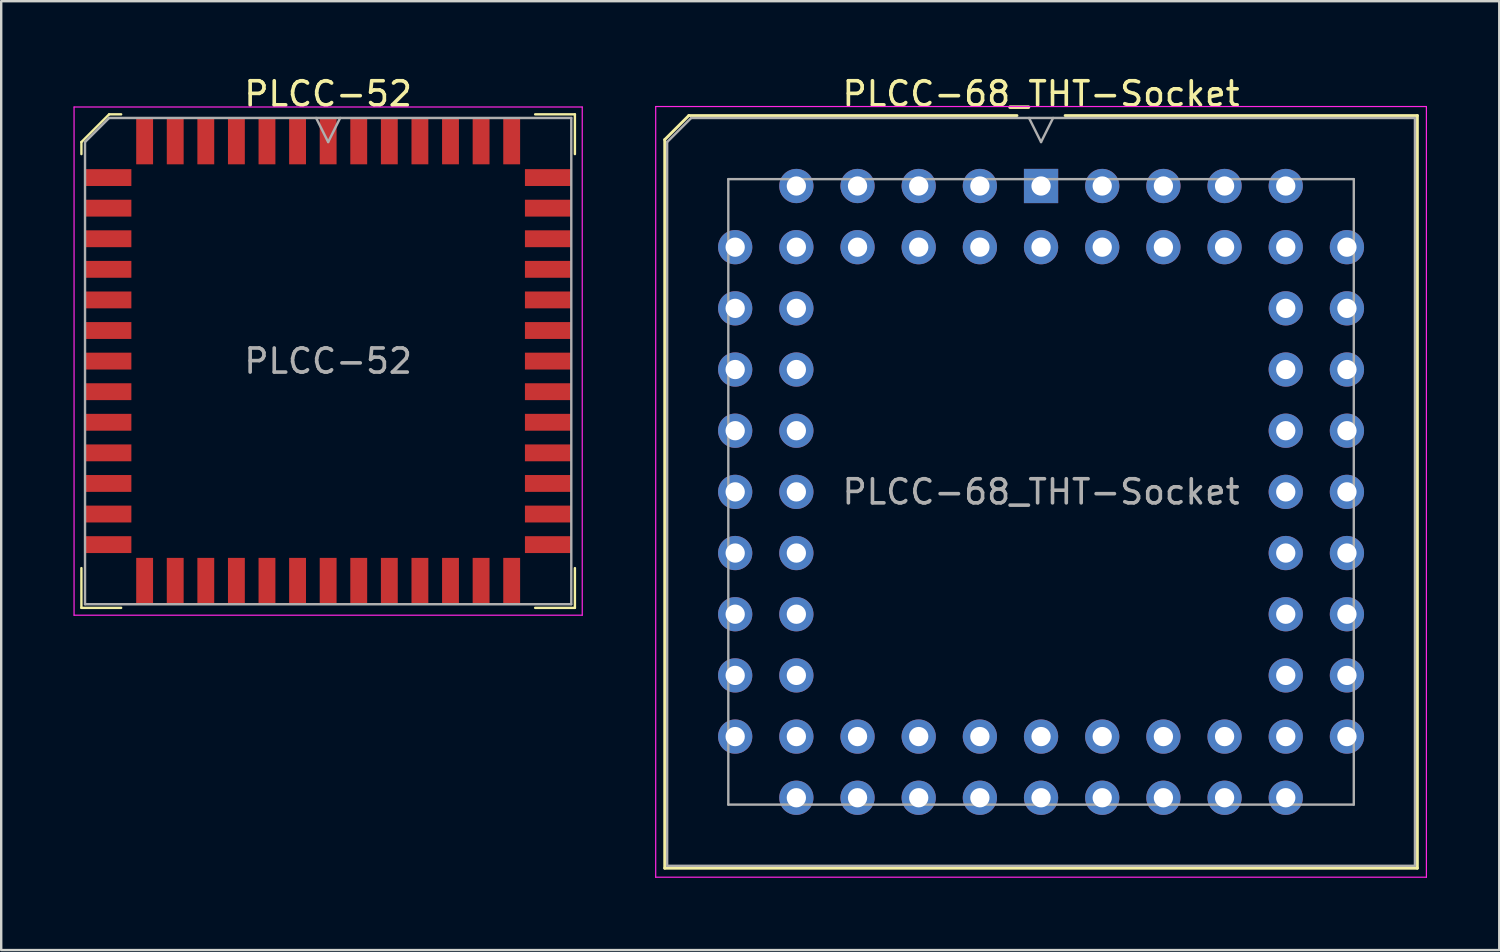
<source format=kicad_pcb>
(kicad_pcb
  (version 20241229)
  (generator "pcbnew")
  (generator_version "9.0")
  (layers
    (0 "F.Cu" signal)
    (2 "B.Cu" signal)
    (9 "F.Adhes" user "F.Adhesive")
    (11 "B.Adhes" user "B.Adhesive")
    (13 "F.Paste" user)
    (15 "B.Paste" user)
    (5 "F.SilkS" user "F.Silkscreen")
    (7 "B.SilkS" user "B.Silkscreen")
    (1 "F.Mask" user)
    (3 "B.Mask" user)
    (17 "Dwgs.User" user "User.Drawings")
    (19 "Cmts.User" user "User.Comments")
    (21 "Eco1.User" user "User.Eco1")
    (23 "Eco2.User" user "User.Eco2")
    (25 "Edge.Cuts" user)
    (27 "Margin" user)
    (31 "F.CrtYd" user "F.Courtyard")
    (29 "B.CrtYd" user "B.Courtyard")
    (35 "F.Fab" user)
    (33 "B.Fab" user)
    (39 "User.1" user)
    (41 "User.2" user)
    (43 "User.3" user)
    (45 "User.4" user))
  (footprint "PLCC-68_THT-Socket"
    (layer "F.Cu")
    (at 40.175 4.673)
    (property "Reference" "PLCC-68_THT-Socket" (at 0 -3.825 0) (layer "F.SilkS") (effects (font (size 1 1) (thickness 0.15))))
    (attr through_hole)
    (fp_line (start -15.625 -1.925) (end -15.625 28.325) (stroke (width 0.12) (type solid)) (layer "F.SilkS"))
    (fp_line (start -15.625 28.325) (end 15.625 28.325) (stroke (width 0.12) (type solid)) (layer "F.SilkS"))
    (fp_line (start -14.625 -2.925) (end -15.625 -1.925) (stroke (width 0.12) (type solid)) (layer "F.SilkS"))
    (fp_line (start -1 -2.925) (end -14.625 -2.925) (stroke (width 0.12) (type solid)) (layer "F.SilkS"))
    (fp_line (start 15.625 -2.925) (end 1 -2.925) (stroke (width 0.12) (type solid)) (layer "F.SilkS"))
    (fp_line (start 15.625 28.325) (end 15.625 -2.925) (stroke (width 0.12) (type solid)) (layer "F.SilkS"))
    (fp_line (start -16 -3.3) (end -16 28.7) (stroke (width 0.05) (type solid)) (layer "F.CrtYd"))
    (fp_line (start -16 28.7) (end 16 28.7) (stroke (width 0.05) (type solid)) (layer "F.CrtYd"))
    (fp_line (start 16 -3.3) (end -16 -3.3) (stroke (width 0.05) (type solid)) (layer "F.CrtYd"))
    (fp_line (start 16 28.7) (end 16 -3.3) (stroke (width 0.05) (type solid)) (layer "F.CrtYd"))
    (fp_line (start -15.525 -1.825) (end -15.525 28.225) (stroke (width 0.1) (type solid)) (layer "F.Fab"))
    (fp_line (start -15.525 28.225) (end 15.525 28.225) (stroke (width 0.1) (type solid)) (layer "F.Fab"))
    (fp_line (start -14.525 -2.825) (end -15.525 -1.825) (stroke (width 0.1) (type solid)) (layer "F.Fab"))
    (fp_line (start -12.985 -0.285) (end -12.985 25.685) (stroke (width 0.1) (type solid)) (layer "F.Fab"))
    (fp_line (start -12.985 25.685) (end 12.985 25.685) (stroke (width 0.1) (type solid)) (layer "F.Fab"))
    (fp_line (start -0.5 -2.825) (end 0 -1.825) (stroke (width 0.1) (type solid)) (layer "F.Fab"))
    (fp_line (start 0 -1.825) (end 0.5 -2.825) (stroke (width 0.1) (type solid)) (layer "F.Fab"))
    (fp_line (start 12.985 -0.285) (end -12.985 -0.285) (stroke (width 0.1) (type solid)) (layer "F.Fab"))
    (fp_line (start 12.985 25.685) (end 12.985 -0.285) (stroke (width 0.1) (type solid)) (layer "F.Fab"))
    (fp_line (start 15.525 -2.825) (end -14.525 -2.825) (stroke (width 0.1) (type solid)) (layer "F.Fab"))
    (fp_line (start 15.525 28.225) (end 15.525 -2.825) (stroke (width 0.1) (type solid)) (layer "F.Fab"))
    (fp_text user "${REFERENCE}" (at 0 12.7 0) (layer "F.Fab") (effects (font (size 1 1) (thickness 0.15))))
    (pad "1" thru_hole rect (at 0 0) (size 1.422 1.422) (drill 0.8) (layers "*.Cu" "*.Mask"))
    (pad "2" thru_hole circle (at 0 2.54) (size 1.422 1.422) (drill 0.8) (layers "*.Cu" "*.Mask"))
    (pad "3" thru_hole circle (at -2.54 0) (size 1.422 1.422) (drill 0.8) (layers "*.Cu" "*.Mask"))
    (pad "4" thru_hole circle (at -2.54 2.54) (size 1.422 1.422) (drill 0.8) (layers "*.Cu" "*.Mask"))
    (pad "5" thru_hole circle (at -5.08 0) (size 1.422 1.422) (drill 0.8) (layers "*.Cu" "*.Mask"))
    (pad "6" thru_hole circle (at -5.08 2.54) (size 1.422 1.422) (drill 0.8) (layers "*.Cu" "*.Mask"))
    (pad "7" thru_hole circle (at -7.62 0) (size 1.422 1.422) (drill 0.8) (layers "*.Cu" "*.Mask"))
    (pad "8" thru_hole circle (at -7.62 2.54) (size 1.422 1.422) (drill 0.8) (layers "*.Cu" "*.Mask"))
    (pad "9" thru_hole circle (at -10.16 0) (size 1.422 1.422) (drill 0.8) (layers "*.Cu" "*.Mask"))
    (pad "10" thru_hole circle (at -12.7 2.54) (size 1.422 1.422) (drill 0.8) (layers "*.Cu" "*.Mask"))
    (pad "11" thru_hole circle (at -10.16 2.54) (size 1.422 1.422) (drill 0.8) (layers "*.Cu" "*.Mask"))
    (pad "12" thru_hole circle (at -12.7 5.08) (size 1.422 1.422) (drill 0.8) (layers "*.Cu" "*.Mask"))
    (pad "13" thru_hole circle (at -10.16 5.08) (size 1.422 1.422) (drill 0.8) (layers "*.Cu" "*.Mask"))
    (pad "14" thru_hole circle (at -12.7 7.62) (size 1.422 1.422) (drill 0.8) (layers "*.Cu" "*.Mask"))
    (pad "15" thru_hole circle (at -10.16 7.62) (size 1.422 1.422) (drill 0.8) (layers "*.Cu" "*.Mask"))
    (pad "16" thru_hole circle (at -12.7 10.16) (size 1.422 1.422) (drill 0.8) (layers "*.Cu" "*.Mask"))
    (pad "17" thru_hole circle (at -10.16 10.16) (size 1.422 1.422) (drill 0.8) (layers "*.Cu" "*.Mask"))
    (pad "18" thru_hole circle (at -12.7 12.7) (size 1.422 1.422) (drill 0.8) (layers "*.Cu" "*.Mask"))
    (pad "19" thru_hole circle (at -10.16 12.7) (size 1.422 1.422) (drill 0.8) (layers "*.Cu" "*.Mask"))
    (pad "20" thru_hole circle (at -12.7 15.24) (size 1.422 1.422) (drill 0.8) (layers "*.Cu" "*.Mask"))
    (pad "21" thru_hole circle (at -10.16 15.24) (size 1.422 1.422) (drill 0.8) (layers "*.Cu" "*.Mask"))
    (pad "22" thru_hole circle (at -12.7 17.78) (size 1.422 1.422) (drill 0.8) (layers "*.Cu" "*.Mask"))
    (pad "23" thru_hole circle (at -10.16 17.78) (size 1.422 1.422) (drill 0.8) (layers "*.Cu" "*.Mask"))
    (pad "24" thru_hole circle (at -12.7 20.32) (size 1.422 1.422) (drill 0.8) (layers "*.Cu" "*.Mask"))
    (pad "25" thru_hole circle (at -10.16 20.32) (size 1.422 1.422) (drill 0.8) (layers "*.Cu" "*.Mask"))
    (pad "26" thru_hole circle (at -12.7 22.86) (size 1.422 1.422) (drill 0.8) (layers "*.Cu" "*.Mask"))
    (pad "27" thru_hole circle (at -10.16 25.4) (size 1.422 1.422) (drill 0.8) (layers "*.Cu" "*.Mask"))
    (pad "28" thru_hole circle (at -10.16 22.86) (size 1.422 1.422) (drill 0.8) (layers "*.Cu" "*.Mask"))
    (pad "29" thru_hole circle (at -7.62 25.4) (size 1.422 1.422) (drill 0.8) (layers "*.Cu" "*.Mask"))
    (pad "30" thru_hole circle (at -7.62 22.86) (size 1.422 1.422) (drill 0.8) (layers "*.Cu" "*.Mask"))
    (pad "31" thru_hole circle (at -5.08 25.4) (size 1.422 1.422) (drill 0.8) (layers "*.Cu" "*.Mask"))
    (pad "32" thru_hole circle (at -5.08 22.86) (size 1.422 1.422) (drill 0.8) (layers "*.Cu" "*.Mask"))
    (pad "33" thru_hole circle (at -2.54 25.4) (size 1.422 1.422) (drill 0.8) (layers "*.Cu" "*.Mask"))
    (pad "34" thru_hole circle (at -2.54 22.86) (size 1.422 1.422) (drill 0.8) (layers "*.Cu" "*.Mask"))
    (pad "35" thru_hole circle (at 0 25.4) (size 1.422 1.422) (drill 0.8) (layers "*.Cu" "*.Mask"))
    (pad "36" thru_hole circle (at 0 22.86) (size 1.422 1.422) (drill 0.8) (layers "*.Cu" "*.Mask"))
    (pad "37" thru_hole circle (at 2.54 25.4) (size 1.422 1.422) (drill 0.8) (layers "*.Cu" "*.Mask"))
    (pad "38" thru_hole circle (at 2.54 22.86) (size 1.422 1.422) (drill 0.8) (layers "*.Cu" "*.Mask"))
    (pad "39" thru_hole circle (at 5.08 25.4) (size 1.422 1.422) (drill 0.8) (layers "*.Cu" "*.Mask"))
    (pad "40" thru_hole circle (at 5.08 22.86) (size 1.422 1.422) (drill 0.8) (layers "*.Cu" "*.Mask"))
    (pad "41" thru_hole circle (at 7.62 25.4) (size 1.422 1.422) (drill 0.8) (layers "*.Cu" "*.Mask"))
    (pad "42" thru_hole circle (at 7.62 22.86) (size 1.422 1.422) (drill 0.8) (layers "*.Cu" "*.Mask"))
    (pad "43" thru_hole circle (at 10.16 25.4) (size 1.422 1.422) (drill 0.8) (layers "*.Cu" "*.Mask"))
    (pad "44" thru_hole circle (at 12.7 22.86) (size 1.422 1.422) (drill 0.8) (layers "*.Cu" "*.Mask"))
    (pad "45" thru_hole circle (at 10.16 22.86) (size 1.422 1.422) (drill 0.8) (layers "*.Cu" "*.Mask"))
    (pad "46" thru_hole circle (at 12.7 20.32) (size 1.422 1.422) (drill 0.8) (layers "*.Cu" "*.Mask"))
    (pad "47" thru_hole circle (at 10.16 20.32) (size 1.422 1.422) (drill 0.8) (layers "*.Cu" "*.Mask"))
    (pad "48" thru_hole circle (at 12.7 17.78) (size 1.422 1.422) (drill 0.8) (layers "*.Cu" "*.Mask"))
    (pad "49" thru_hole circle (at 10.16 17.78) (size 1.422 1.422) (drill 0.8) (layers "*.Cu" "*.Mask"))
    (pad "50" thru_hole circle (at 12.7 15.24) (size 1.422 1.422) (drill 0.8) (layers "*.Cu" "*.Mask"))
    (pad "51" thru_hole circle (at 10.16 15.24) (size 1.422 1.422) (drill 0.8) (layers "*.Cu" "*.Mask"))
    (pad "52" thru_hole circle (at 12.7 12.7) (size 1.422 1.422) (drill 0.8) (layers "*.Cu" "*.Mask"))
    (pad "53" thru_hole circle (at 10.16 12.7) (size 1.422 1.422) (drill 0.8) (layers "*.Cu" "*.Mask"))
    (pad "54" thru_hole circle (at 12.7 10.16) (size 1.422 1.422) (drill 0.8) (layers "*.Cu" "*.Mask"))
    (pad "55" thru_hole circle (at 10.16 10.16) (size 1.422 1.422) (drill 0.8) (layers "*.Cu" "*.Mask"))
    (pad "56" thru_hole circle (at 12.7 7.62) (size 1.422 1.422) (drill 0.8) (layers "*.Cu" "*.Mask"))
    (pad "57" thru_hole circle (at 10.16 7.62) (size 1.422 1.422) (drill 0.8) (layers "*.Cu" "*.Mask"))
    (pad "58" thru_hole circle (at 12.7 5.08) (size 1.422 1.422) (drill 0.8) (layers "*.Cu" "*.Mask"))
    (pad "59" thru_hole circle (at 10.16 5.08) (size 1.422 1.422) (drill 0.8) (layers "*.Cu" "*.Mask"))
    (pad "60" thru_hole circle (at 12.7 2.54) (size 1.422 1.422) (drill 0.8) (layers "*.Cu" "*.Mask"))
    (pad "61" thru_hole circle (at 10.16 0) (size 1.422 1.422) (drill 0.8) (layers "*.Cu" "*.Mask"))
    (pad "62" thru_hole circle (at 10.16 2.54) (size 1.422 1.422) (drill 0.8) (layers "*.Cu" "*.Mask"))
    (pad "63" thru_hole circle (at 7.62 0) (size 1.422 1.422) (drill 0.8) (layers "*.Cu" "*.Mask"))
    (pad "64" thru_hole circle (at 7.62 2.54) (size 1.422 1.422) (drill 0.8) (layers "*.Cu" "*.Mask"))
    (pad "65" thru_hole circle (at 5.08 0) (size 1.422 1.422) (drill 0.8) (layers "*.Cu" "*.Mask"))
    (pad "66" thru_hole circle (at 5.08 2.54) (size 1.422 1.422) (drill 0.8) (layers "*.Cu" "*.Mask"))
    (pad "67" thru_hole circle (at 2.54 0) (size 1.422 1.422) (drill 0.8) (layers "*.Cu" "*.Mask"))
    (pad "68" thru_hole circle (at 2.54 2.54) (size 1.422 1.422) (drill 0.8) (layers "*.Cu" "*.Mask")))
  (footprint "PLCC-52"
    (layer "F.Cu")
    (at 10.575 11.943)
    (property "Reference" "PLCC-52" (at 0 -11.095 0) (layer "F.SilkS") (effects (font (size 1 1) (thickness 0.15))))
    (attr smd)
    (fp_line (start -10.245 -9.095) (end -10.245 -8.595) (stroke (width 0.1) (type solid)) (layer "F.SilkS"))
    (fp_line (start -10.245 10.245) (end -10.245 8.595) (stroke (width 0.1) (type solid)) (layer "F.SilkS"))
    (fp_line (start -9.095 -10.245) (end -10.245 -9.095) (stroke (width 0.1) (type solid)) (layer "F.SilkS"))
    (fp_line (start -8.595 -10.245) (end -9.095 -10.245) (stroke (width 0.1) (type solid)) (layer "F.SilkS"))
    (fp_line (start -8.595 10.245) (end -10.245 10.245) (stroke (width 0.1) (type solid)) (layer "F.SilkS"))
    (fp_line (start 8.595 -10.245) (end 10.245 -10.245) (stroke (width 0.1) (type solid)) (layer "F.SilkS"))
    (fp_line (start 8.595 10.245) (end 10.245 10.245) (stroke (width 0.1) (type solid)) (layer "F.SilkS"))
    (fp_line (start 10.245 -10.245) (end 10.245 -8.595) (stroke (width 0.1) (type solid)) (layer "F.SilkS"))
    (fp_line (start 10.245 10.245) (end 10.245 8.595) (stroke (width 0.1) (type solid)) (layer "F.SilkS"))
    (fp_line (start -10.55 -10.55) (end -10.55 10.55) (stroke (width 0.05) (type solid)) (layer "F.CrtYd"))
    (fp_line (start -10.55 10.55) (end 10.55 10.55) (stroke (width 0.05) (type solid)) (layer "F.CrtYd"))
    (fp_line (start 10.55 -10.55) (end -10.55 -10.55) (stroke (width 0.05) (type solid)) (layer "F.CrtYd"))
    (fp_line (start 10.55 10.55) (end 10.55 -10.55) (stroke (width 0.05) (type solid)) (layer "F.CrtYd"))
    (fp_line (start -10.095 -9.095) (end -10.095 10.095) (stroke (width 0.1) (type solid)) (layer "F.Fab"))
    (fp_line (start -10.095 10.095) (end 10.095 10.095) (stroke (width 0.1) (type solid)) (layer "F.Fab"))
    (fp_line (start -9.095 -10.095) (end -10.095 -9.095) (stroke (width 0.1) (type solid)) (layer "F.Fab"))
    (fp_line (start -0.5 -10.095) (end 0 -9.095) (stroke (width 0.1) (type solid)) (layer "F.Fab"))
    (fp_line (start 0 -9.095) (end 0.5 -10.095) (stroke (width 0.1) (type solid)) (layer "F.Fab"))
    (fp_line (start 10.095 -10.095) (end -9.095 -10.095) (stroke (width 0.1) (type solid)) (layer "F.Fab"))
    (fp_line (start 10.095 10.095) (end 10.095 -10.095) (stroke (width 0.1) (type solid)) (layer "F.Fab"))
    (fp_text user "${REFERENCE}" (at 0 0 0) (layer "F.Fab") (effects (font (size 1 1) (thickness 0.15))))
    (pad "1" smd rect (at 0 -9.133) (size 0.7 1.925) (layers "F.Cu" "F.Mask" "F.Paste"))
    (pad "2" smd rect (at -1.27 -9.133) (size 0.7 1.925) (layers "F.Cu" "F.Mask" "F.Paste"))
    (pad "3" smd rect (at -2.54 -9.133) (size 0.7 1.925) (layers "F.Cu" "F.Mask" "F.Paste"))
    (pad "4" smd rect (at -3.81 -9.133) (size 0.7 1.925) (layers "F.Cu" "F.Mask" "F.Paste"))
    (pad "5" smd rect (at -5.08 -9.133) (size 0.7 1.925) (layers "F.Cu" "F.Mask" "F.Paste"))
    (pad "6" smd rect (at -6.35 -9.133) (size 0.7 1.925) (layers "F.Cu" "F.Mask" "F.Paste"))
    (pad "7" smd rect (at -7.62 -9.133) (size 0.7 1.925) (layers "F.Cu" "F.Mask" "F.Paste"))
    (pad "8" smd rect (at -9.133 -7.62) (size 1.925 0.7) (layers "F.Cu" "F.Mask" "F.Paste"))
    (pad "9" smd rect (at -9.133 -6.35) (size 1.925 0.7) (layers "F.Cu" "F.Mask" "F.Paste"))
    (pad "10" smd rect (at -9.133 -5.08) (size 1.925 0.7) (layers "F.Cu" "F.Mask" "F.Paste"))
    (pad "11" smd rect (at -9.133 -3.81) (size 1.925 0.7) (layers "F.Cu" "F.Mask" "F.Paste"))
    (pad "12" smd rect (at -9.133 -2.54) (size 1.925 0.7) (layers "F.Cu" "F.Mask" "F.Paste"))
    (pad "13" smd rect (at -9.133 -1.27) (size 1.925 0.7) (layers "F.Cu" "F.Mask" "F.Paste"))
    (pad "14" smd rect (at -9.133 0) (size 1.925 0.7) (layers "F.Cu" "F.Mask" "F.Paste"))
    (pad "15" smd rect (at -9.133 1.27) (size 1.925 0.7) (layers "F.Cu" "F.Mask" "F.Paste"))
    (pad "16" smd rect (at -9.133 2.54) (size 1.925 0.7) (layers "F.Cu" "F.Mask" "F.Paste"))
    (pad "17" smd rect (at -9.133 3.81) (size 1.925 0.7) (layers "F.Cu" "F.Mask" "F.Paste"))
    (pad "18" smd rect (at -9.133 5.08) (size 1.925 0.7) (layers "F.Cu" "F.Mask" "F.Paste"))
    (pad "19" smd rect (at -9.133 6.35) (size 1.925 0.7) (layers "F.Cu" "F.Mask" "F.Paste"))
    (pad "20" smd rect (at -9.133 7.62) (size 1.925 0.7) (layers "F.Cu" "F.Mask" "F.Paste"))
    (pad "21" smd rect (at -7.62 9.133) (size 0.7 1.925) (layers "F.Cu" "F.Mask" "F.Paste"))
    (pad "22" smd rect (at -6.35 9.133) (size 0.7 1.925) (layers "F.Cu" "F.Mask" "F.Paste"))
    (pad "23" smd rect (at -5.08 9.133) (size 0.7 1.925) (layers "F.Cu" "F.Mask" "F.Paste"))
    (pad "24" smd rect (at -3.81 9.133) (size 0.7 1.925) (layers "F.Cu" "F.Mask" "F.Paste"))
    (pad "25" smd rect (at -2.54 9.133) (size 0.7 1.925) (layers "F.Cu" "F.Mask" "F.Paste"))
    (pad "26" smd rect (at -1.27 9.133) (size 0.7 1.925) (layers "F.Cu" "F.Mask" "F.Paste"))
    (pad "27" smd rect (at 0 9.133) (size 0.7 1.925) (layers "F.Cu" "F.Mask" "F.Paste"))
    (pad "28" smd rect (at 1.27 9.133) (size 0.7 1.925) (layers "F.Cu" "F.Mask" "F.Paste"))
    (pad "29" smd rect (at 2.54 9.133) (size 0.7 1.925) (layers "F.Cu" "F.Mask" "F.Paste"))
    (pad "30" smd rect (at 3.81 9.133) (size 0.7 1.925) (layers "F.Cu" "F.Mask" "F.Paste"))
    (pad "31" smd rect (at 5.08 9.133) (size 0.7 1.925) (layers "F.Cu" "F.Mask" "F.Paste"))
    (pad "32" smd rect (at 6.35 9.133) (size 0.7 1.925) (layers "F.Cu" "F.Mask" "F.Paste"))
    (pad "33" smd rect (at 7.62 9.133) (size 0.7 1.925) (layers "F.Cu" "F.Mask" "F.Paste"))
    (pad "34" smd rect (at 9.133 7.62) (size 1.925 0.7) (layers "F.Cu" "F.Mask" "F.Paste"))
    (pad "35" smd rect (at 9.133 6.35) (size 1.925 0.7) (layers "F.Cu" "F.Mask" "F.Paste"))
    (pad "36" smd rect (at 9.133 5.08) (size 1.925 0.7) (layers "F.Cu" "F.Mask" "F.Paste"))
    (pad "37" smd rect (at 9.133 3.81) (size 1.925 0.7) (layers "F.Cu" "F.Mask" "F.Paste"))
    (pad "38" smd rect (at 9.133 2.54) (size 1.925 0.7) (layers "F.Cu" "F.Mask" "F.Paste"))
    (pad "39" smd rect (at 9.133 1.27) (size 1.925 0.7) (layers "F.Cu" "F.Mask" "F.Paste"))
    (pad "40" smd rect (at 9.133 0) (size 1.925 0.7) (layers "F.Cu" "F.Mask" "F.Paste"))
    (pad "41" smd rect (at 9.133 -1.27) (size 1.925 0.7) (layers "F.Cu" "F.Mask" "F.Paste"))
    (pad "42" smd rect (at 9.133 -2.54) (size 1.925 0.7) (layers "F.Cu" "F.Mask" "F.Paste"))
    (pad "43" smd rect (at 9.133 -3.81) (size 1.925 0.7) (layers "F.Cu" "F.Mask" "F.Paste"))
    (pad "44" smd rect (at 9.133 -5.08) (size 1.925 0.7) (layers "F.Cu" "F.Mask" "F.Paste"))
    (pad "45" smd rect (at 9.133 -6.35) (size 1.925 0.7) (layers "F.Cu" "F.Mask" "F.Paste"))
    (pad "46" smd rect (at 9.133 -7.62) (size 1.925 0.7) (layers "F.Cu" "F.Mask" "F.Paste"))
    (pad "47" smd rect (at 7.62 -9.133) (size 0.7 1.925) (layers "F.Cu" "F.Mask" "F.Paste"))
    (pad "48" smd rect (at 6.35 -9.133) (size 0.7 1.925) (layers "F.Cu" "F.Mask" "F.Paste"))
    (pad "49" smd rect (at 5.08 -9.133) (size 0.7 1.925) (layers "F.Cu" "F.Mask" "F.Paste"))
    (pad "50" smd rect (at 3.81 -9.133) (size 0.7 1.925) (layers "F.Cu" "F.Mask" "F.Paste"))
    (pad "51" smd rect (at 2.54 -9.133) (size 0.7 1.925) (layers "F.Cu" "F.Mask" "F.Paste"))
    (pad "52" smd rect (at 1.27 -9.133) (size 0.7 1.925) (layers "F.Cu" "F.Mask" "F.Paste")))
  (gr_rect
    (start -3 -3)
    (end 59.2 36.398)
    (stroke (width 0.1) (type default))
    (fill no)
    (layer "Edge.Cuts")))
</source>
